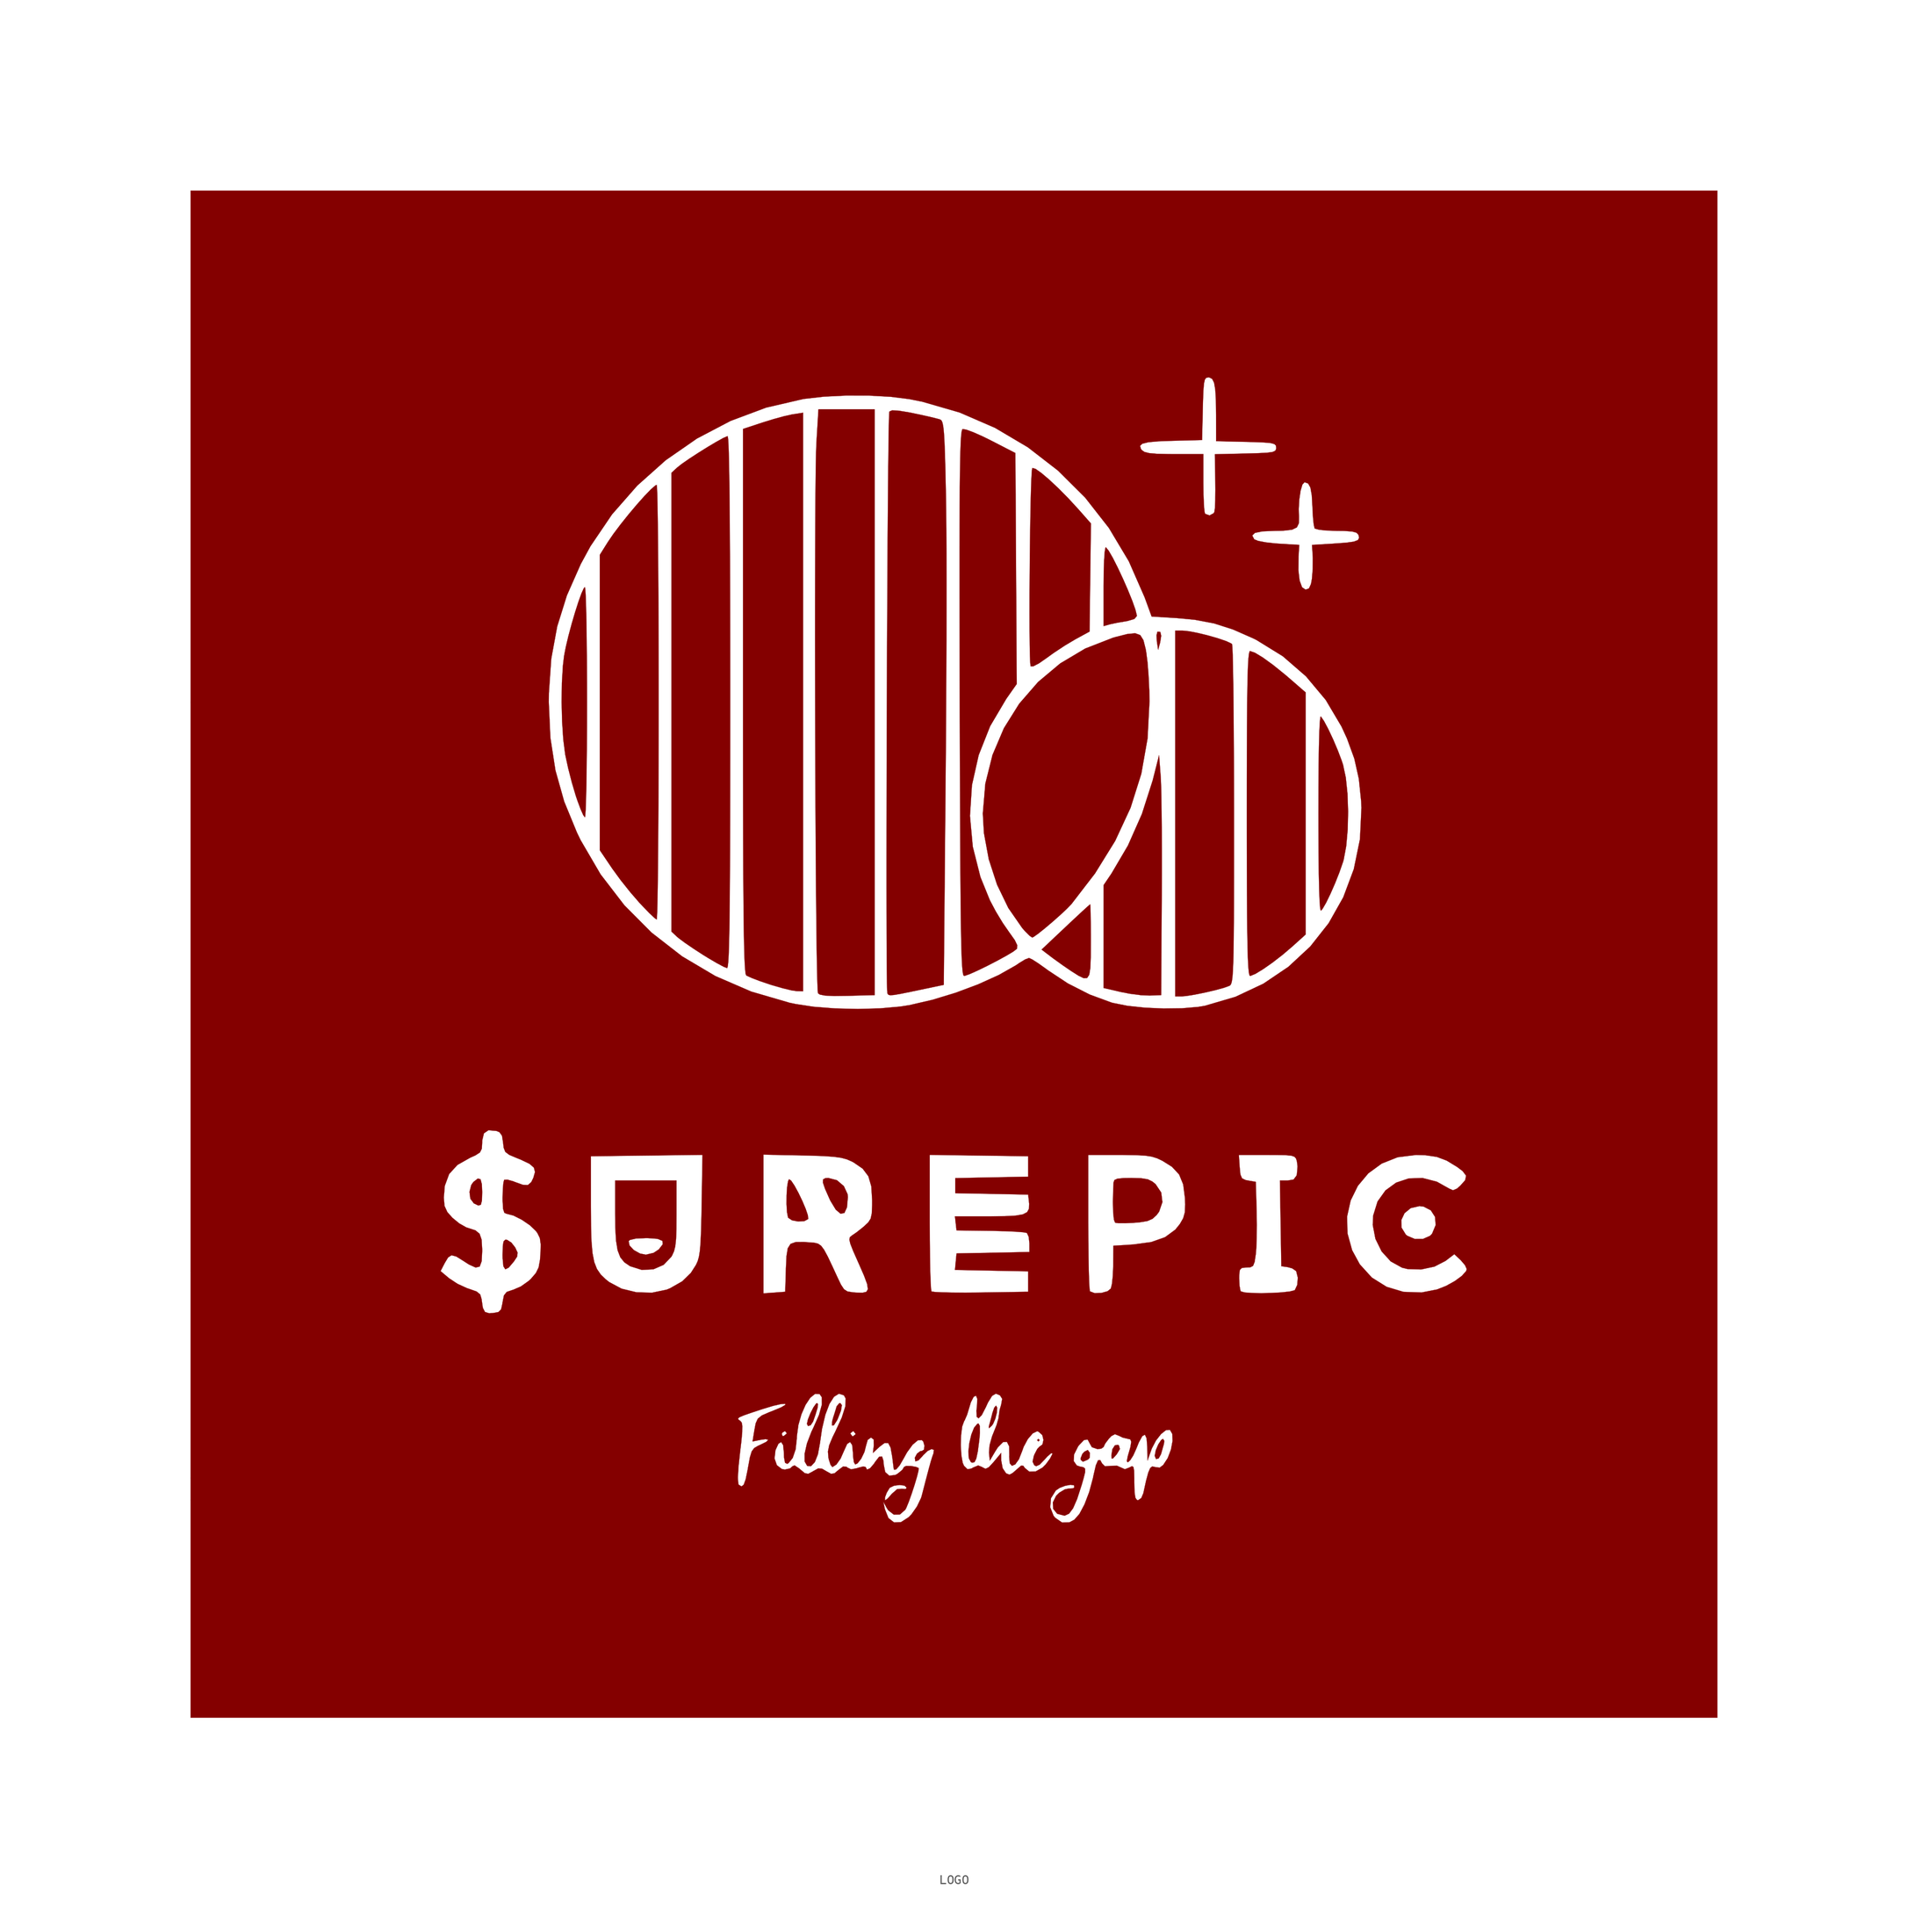
<source format=kicad_sym>
(kicad_symbol_lib
  (version 20210619)
  (generator bitmap2component)
  (symbol "LOGO"
    (pin_names
      (offset 1.016))
    (property "Reference" "#G"
      (at 0 79.888 0)
      (effects (font (size 1.27 1.27)) hide))
    (symbol "LOGO_0_0"
      (polyline (pts (xy 80.794 80.523) (xy -80.523 80.523) (xy -80.523 26.481) (xy -42.682 26.481) (xy -42.672 27.421) (xy -42.417 31.077) (xy -41.792 34.478) (xy -40.765 37.764) (xy -39.303 41.072) (xy -38.275 42.96) (xy -35.994 46.326) (xy -33.327 49.367) (xy -30.32 52.049) (xy -27.019 54.338) (xy -23.469 56.2) (xy -19.717 57.602) (xy -15.807 58.508) (xy -15.686 58.527) (xy -13.605 58.762) (xy -11.258 58.877) (xy -8.845 58.872) (xy -6.563 58.748) (xy -4.61 58.504) (xy -3.212 58.226) (xy 0.735 57.083) (xy 4.465 55.467) (xy 7.687 53.561) (xy 19.792 53.561) (xy 20.029 53.788) (xy 20.648 53.943) (xy 21.702 54.041) (xy 23.242 54.101) (xy 26.346 54.178) (xy 26.422 57.488) (xy 26.44 58.238) (xy 26.483 59.393) (xy 26.544 60.139) (xy 26.641 60.564) (xy 26.787 60.754) (xy 26.998 60.798) (xy 27.119 60.789) (xy 27.413 60.636) (xy 27.616 60.236) (xy 27.742 59.515) (xy 27.808 58.401) (xy 27.828 56.821) (xy 27.832 54.06) (xy 31.007 53.984) (xy 31.799 53.963) (xy 32.897 53.921) (xy 33.595 53.858) (xy 33.981 53.756) (xy 34.147 53.598) (xy 34.182 53.367) (xy 34.171 53.218) (xy 34.069 53.035) (xy 33.785 52.914) (xy 33.228 52.837) (xy 32.309 52.789) (xy 30.939 52.751) (xy 27.697 52.676) (xy 27.747 49.823) (xy 27.755 48.933) (xy 27.743 47.831) (xy 27.707 47.006) (xy 27.65 46.588) (xy 27.573 46.447) (xy 27.138 46.212) (xy 26.661 46.387) (xy 26.597 46.653) (xy 26.537 47.362) (xy 26.496 48.393) (xy 26.481 49.629) (xy 26.481 52.691) (xy 23.406 52.691) (xy 22.793 52.694) (xy 21.567 52.722) (xy 20.752 52.794) (xy 20.256 52.919) (xy 19.986 53.108) (xy 19.883 53.246) (xy 19.792 53.561) (xy 7.687 53.561) (xy 7.944 53.409) (xy 11.133 50.94) (xy 13.998 48.089) (xy 16.502 44.889) (xy 16.977 44.094) (xy 31.648 44.094) (xy 31.933 44.37) (xy 32.723 44.532) (xy 34.03 44.585) (xy 34.967 44.602) (xy 35.855 44.706) (xy 36.361 44.95) (xy 36.574 45.388) (xy 36.583 46.071) (xy 36.56 46.886) (xy 36.618 47.916) (xy 36.755 48.825) (xy 36.946 49.472) (xy 37.169 49.719) (xy 37.193 49.719) (xy 37.555 49.586) (xy 37.795 49.156) (xy 37.938 48.349) (xy 38.01 47.084) (xy 38.013 46.998) (xy 38.067 46.01) (xy 38.146 45.242) (xy 38.236 44.854) (xy 38.274 44.82) (xy 38.719 44.701) (xy 39.527 44.617) (xy 40.556 44.585) (xy 41.351 44.576) (xy 42.194 44.517) (xy 42.667 44.387) (xy 42.87 44.168) (xy 42.943 43.852) (xy 42.812 43.609) (xy 42.385 43.445) (xy 41.578 43.332) (xy 40.312 43.24) (xy 37.965 43.099) (xy 38.039 41.883) (xy 38.048 41.693) (xy 38.04 40.571) (xy 37.955 39.519) (xy 37.858 38.98) (xy 37.643 38.503) (xy 37.289 38.37) (xy 36.914 38.618) (xy 36.651 39.33) (xy 36.522 40.441) (xy 36.54 41.883) (xy 36.614 43.099) (xy 34.397 43.234) (xy 34.091 43.255) (xy 33.061 43.37) (xy 32.27 43.521) (xy 31.867 43.683) (xy 31.853 43.697) (xy 31.648 44.094) (xy 16.977 44.094) (xy 18.607 41.368) (xy 20.278 37.56) (xy 21.019 35.533) (xy 23.685 35.368) (xy 25.569 35.193) (xy 27.62 34.804) (xy 29.603 34.169) (xy 31.75 33.225) (xy 32.102 33.049) (xy 34.876 31.337) (xy 37.33 29.21) (xy 39.414 26.718) (xy 41.076 23.914) (xy 41.664 22.635) (xy 42.434 20.519) (xy 42.91 18.392) (xy 43.158 16.009) (xy 43.188 15.331) (xy 43.03 12.012) (xy 42.378 8.847) (xy 41.265 5.875) (xy 39.722 3.138) (xy 37.78 0.677) (xy 35.471 -1.467) (xy 32.825 -3.253) (xy 29.876 -4.64) (xy 26.652 -5.587) (xy 25.923 -5.71) (xy 24.218 -5.854) (xy 22.277 -5.878) (xy 20.289 -5.788) (xy 18.445 -5.59) (xy 16.934 -5.29) (xy 16.74 -5.235) (xy 14.471 -4.4) (xy 12.167 -3.228) (xy 10.055 -1.833) (xy 9.853 -1.681) (xy 9.039 -1.101) (xy 8.402 -0.694) (xy 8.066 -0.54) (xy 8.058 -0.541) (xy 7.647 -0.694) (xy 7.067 -1.047) (xy 6.652 -1.327) (xy 4.859 -2.339) (xy 2.703 -3.316) (xy 0.32 -4.208) (xy -2.152 -4.96) (xy -4.576 -5.52) (xy -5.57 -5.675) (xy -7.682 -5.862) (xy -10.029 -5.926) (xy -12.426 -5.869) (xy -14.684 -5.693) (xy -16.618 -5.4) (xy -17.254 -5.264) (xy -21.283 -4.09) (xy -25.076 -2.448) (xy -28.598 -0.362) (xy -31.815 2.14) (xy -34.695 5.033) (xy -37.202 8.292) (xy -39.303 11.889) (xy -39.699 12.701) (xy -41.052 15.992) (xy -41.979 19.292) (xy -42.512 22.742) (xy -42.682 26.481) (xy -80.523 26.481) (xy -80.523 -33.618) (xy -54.114 -33.618) (xy -53.666 -32.752) (xy -53.316 -32.171) (xy -52.953 -31.94) (xy -52.451 -32.074) (xy -51.669 -32.561) (xy -51.12 -32.915) (xy -50.407 -33.239) (xy -49.98 -33.137) (xy -49.773 -32.574) (xy -49.719 -31.513) (xy -49.72 -31.282) (xy -49.781 -30.284) (xy -49.993 -29.67) (xy -50.434 -29.309) (xy -51.181 -29.069) (xy -51.407 -28.993) (xy -52.146 -28.574) (xy -52.87 -27.978) (xy -53.403 -27.373) (xy -53.7 -26.722) (xy -53.772 -25.85) (xy -53.669 -24.612) (xy -53.208 -23.362) (xy -52.33 -22.398) (xy -50.979 -21.636) (xy -50.436 -21.392) (xy -49.951 -21.078) (xy -49.756 -20.68) (xy -49.719 -20.034) (xy -49.714 -19.82) (xy -49.532 -19.059) (xy -49.052 -18.735) (xy -48.226 -18.806) (xy -47.893 -18.938) (xy -47.622 -19.311) (xy -47.504 -20.055) (xy -47.447 -20.579) (xy -47.273 -21.022) (xy -46.859 -21.334) (xy -46.51 -21.482) (xy -38.235 -21.482) (xy -26.44 -21.336) (xy -26.528 -26.678) (xy -26.545 -27.652) (xy -26.585 -29.305) (xy -26.638 -30.541) (xy -26.71 -31.442) (xy -26.811 -32.091) (xy -26.948 -32.572) (xy -27.129 -32.966) (xy -27.667 -33.806) (xy -28.582 -34.698) (xy -29.859 -35.427) (xy -30.237 -35.581) (xy -31.766 -35.898) (xy -33.413 -35.856) (xy -34.987 -35.474) (xy -36.302 -34.772) (xy -36.663 -34.485) (xy -37.194 -33.971) (xy -37.592 -33.391) (xy -37.874 -32.668) (xy -38.061 -31.722) (xy -38.17 -30.473) (xy -38.222 -28.842) (xy -38.235 -26.751) (xy -38.235 -21.482) (xy -46.51 -21.482) (xy -46.071 -21.668) (xy -45.633 -21.843) (xy -44.728 -22.275) (xy -44.252 -22.683) (xy -44.135 -23.151) (xy -44.308 -23.761) (xy -44.526 -24.209) (xy -44.877 -24.521) (xy -45.411 -24.506) (xy -46.274 -24.195) (xy -46.44 -24.129) (xy -47.054 -23.954) (xy -47.388 -23.97) (xy -47.468 -24.251) (xy -47.533 -24.935) (xy -47.557 -25.85) (xy -47.554 -26.249) (xy -47.505 -27.048) (xy -47.376 -27.451) (xy -47.141 -27.562) (xy -47.12 -27.562) (xy -46.418 -27.745) (xy -45.538 -28.186) (xy -44.68 -28.77) (xy -44.044 -29.378) (xy -43.875 -29.608) (xy -43.621 -30.133) (xy -43.528 -30.804) (xy -43.558 -31.816) (xy -43.608 -32.436) (xy -43.753 -33.233) (xy -44.045 -33.826) (xy -44.565 -34.432) (xy -44.799 -34.652) (xy -45.635 -35.243) (xy -46.444 -35.591) (xy -46.502 -35.605) (xy -47.119 -35.817) (xy -47.243 -35.969) (xy -19.996 -35.969) (xy -19.996 -21.309) (xy -18.74 -21.335) (xy -2.432 -21.335) (xy -1.603 -21.347) (xy 14.321 -21.347) (xy 17.656 -21.347) (xy 30.234 -21.347) (xy 33.216 -21.347) (xy 34.179 -21.348) (xy 35.161 -21.366) (xy 35.772 -21.421) (xy 36.11 -21.534) (xy 36.276 -21.728) (xy 36.368 -22.022) (xy 36.435 -22.558) (xy 36.368 -23.373) (xy 36.32 -23.538) (xy 36.015 -23.943) (xy 35.386 -24.049) (xy 34.574 -24.049) (xy 34.636 -27.849) (xy 41.669 -27.849) (xy 42.047 -26.154) (xy 42.807 -24.61) (xy 43.913 -23.288) (xy 45.328 -22.256) (xy 47.017 -21.586) (xy 48.944 -21.347) (xy 49.948 -21.375) (xy 51.148 -21.549) (xy 52.191 -21.941) (xy 53.299 -22.615) (xy 53.877 -23.051) (xy 54.242 -23.533) (xy 54.151 -24.008) (xy 53.625 -24.601) (xy 53.273 -24.905) (xy 52.863 -25.079) (xy 52.477 -24.913) (xy 51.158 -24.174) (xy 49.651 -23.784) (xy 48.187 -23.827) (xy 46.85 -24.273) (xy 45.723 -25.094) (xy 44.889 -26.261) (xy 44.429 -27.744) (xy 44.405 -28.228) (xy 47.396 -28.228) (xy 47.739 -27.496) (xy 48.395 -26.959) (xy 49.309 -26.751) (xy 49.745 -26.798) (xy 50.516 -27.195) (xy 50.964 -27.891) (xy 51.028 -28.757) (xy 50.65 -29.663) (xy 50.432 -29.892) (xy 49.694 -30.217) (xy 48.82 -30.222) (xy 48.031 -29.888) (xy 47.864 -29.746) (xy 47.42 -29.022) (xy 47.396 -28.228) (xy 44.405 -28.228) (xy 44.381 -28.732) (xy 44.664 -30.209) (xy 45.318 -31.535) (xy 46.276 -32.59) (xy 47.473 -33.253) (xy 48.069 -33.398) (xy 49.487 -33.441) (xy 50.896 -33.143) (xy 52.066 -32.541) (xy 53.001 -31.828) (xy 53.657 -32.444) (xy 53.688 -32.474) (xy 54.13 -32.995) (xy 54.313 -33.405) (xy 54.243 -33.622) (xy 53.795 -34.122) (xy 53.045 -34.672) (xy 52.127 -35.18) (xy 51.175 -35.556) (xy 49.545 -35.875) (xy 47.628 -35.812) (xy 45.849 -35.279) (xy 44.285 -34.3) (xy 43.013 -32.902) (xy 42.201 -31.412) (xy 41.708 -29.625) (xy 41.669 -27.849) (xy 34.636 -27.849) (xy 34.648 -28.575) (xy 34.722 -33.101) (xy 35.398 -33.196) (xy 35.872 -33.327) (xy 36.272 -33.601) (xy 36.299 -33.647) (xy 36.462 -34.305) (xy 36.408 -35.062) (xy 36.154 -35.614) (xy 36.103 -35.648) (xy 35.608 -35.772) (xy 34.761 -35.865) (xy 33.711 -35.926) (xy 32.606 -35.949) (xy 31.594 -35.931) (xy 30.824 -35.869) (xy 30.444 -35.758) (xy 30.398 -35.674) (xy 30.302 -35.165) (xy 30.264 -34.407) (xy 30.267 -34.037) (xy 30.333 -33.493) (xy 30.562 -33.275) (xy 31.055 -33.236) (xy 31.436 -33.217) (xy 31.734 -33.064) (xy 31.899 -32.642) (xy 32.023 -31.817) (xy 32.073 -31.223) (xy 32.118 -30.076) (xy 32.131 -28.706) (xy 32.11 -27.294) (xy 32.02 -24.189) (xy 31.209 -24.05) (xy 30.938 -23.996) (xy 30.57 -23.815) (xy 30.396 -23.413) (xy 30.317 -22.629) (xy 30.234 -21.347) (xy 17.656 -21.347) (xy 17.997 -21.347) (xy 19.354 -21.363) (xy 20.323 -21.416) (xy 21.03 -21.522) (xy 21.601 -21.7) (xy 22.161 -21.965) (xy 23.16 -22.592) (xy 23.921 -23.406) (xy 24.352 -24.456) (xy 24.537 -25.881) (xy 24.564 -26.575) (xy 24.527 -27.409) (xy 24.352 -28.031) (xy 24.001 -28.642) (xy 23.516 -29.241) (xy 22.428 -30.038) (xy 20.974 -30.55) (xy 19.093 -30.804) (xy 16.974 -30.939) (xy 16.96 -32.966) (xy 16.959 -33.072) (xy 16.916 -34.116) (xy 16.825 -34.973) (xy 16.705 -35.465) (xy 16.361 -35.743) (xy 15.698 -35.927) (xy 14.993 -35.944) (xy 14.501 -35.758) (xy 14.456 -35.48) (xy 14.412 -34.727) (xy 14.375 -33.577) (xy 14.346 -32.1) (xy 14.328 -30.371) (xy 14.321 -28.462) (xy 14.321 -21.347) (xy -1.603 -21.347) (xy 7.971 -21.482) (xy 7.971 -23.644) (xy 4.121 -23.718) (xy 0.27 -23.794) (xy 0.27 -25.385) (xy 7.971 -25.535) (xy 8.058 -26.294) (xy 8.079 -26.508) (xy 8.06 -27.024) (xy 7.865 -27.386) (xy 7.421 -27.621) (xy 6.655 -27.756) (xy 5.495 -27.817) (xy 3.867 -27.832) (xy 0.234 -27.832) (xy 0.32 -28.575) (xy 0.405 -29.318) (xy 3.975 -29.363) (xy 4.236 -29.367) (xy 5.559 -29.401) (xy 6.671 -29.452) (xy 7.464 -29.514) (xy 7.826 -29.582) (xy 7.849 -29.599) (xy 8.031 -30.005) (xy 8.106 -30.678) (xy 8.106 -31.6) (xy 0.405 -31.75) (xy 0.321 -32.621) (xy 0.237 -33.491) (xy 4.104 -33.566) (xy 7.971 -33.641) (xy 7.971 -35.803) (xy 2.956 -35.877) (xy 1.382 -35.89) (xy -0.027 -35.884) (xy -1.16 -35.859) (xy -1.929 -35.819) (xy -2.246 -35.764) (xy -2.293 -35.483) (xy -2.338 -34.728) (xy -2.377 -33.576) (xy -2.406 -32.097) (xy -2.425 -30.367) (xy -2.432 -28.456) (xy -2.432 -21.335) (xy -18.74 -21.335) (xy -15.875 -21.395) (xy -15.092 -21.413) (xy -13.63 -21.465) (xy -12.562 -21.538) (xy -11.784 -21.648) (xy -11.194 -21.805) (xy -10.691 -22.022) (xy -10.472 -22.137) (xy -9.514 -22.795) (xy -8.913 -23.594) (xy -8.601 -24.66) (xy -8.512 -26.117) (xy -8.514 -26.669) (xy -8.55 -27.522) (xy -8.669 -28.068) (xy -8.918 -28.463) (xy -9.346 -28.867) (xy -9.483 -28.984) (xy -10.143 -29.509) (xy -10.657 -29.863) (xy -10.667 -29.869) (xy -10.863 -30.033) (xy -10.92 -30.289) (xy -10.815 -30.736) (xy -10.525 -31.474) (xy -10.026 -32.601) (xy -9.92 -32.837) (xy -9.362 -34.114) (xy -9.041 -34.986) (xy -8.96 -35.527) (xy -9.123 -35.808) (xy -9.534 -35.904) (xy -10.196 -35.886) (xy -10.545 -35.861) (xy -11.108 -35.772) (xy -11.482 -35.54) (xy -11.807 -35.048) (xy -12.22 -34.182) (xy -12.701 -33.137) (xy -13.206 -32.073) (xy -13.588 -31.367) (xy -13.908 -30.941) (xy -14.227 -30.719) (xy -14.608 -30.626) (xy -15.11 -30.584) (xy -15.737 -30.543) (xy -16.597 -30.551) (xy -17.133 -30.742) (xy -17.427 -31.205) (xy -17.563 -32.03) (xy -17.621 -33.306) (xy -17.699 -35.803) (xy -19.996 -35.969) (xy -47.243 -35.969) (xy -47.416 -36.182) (xy -47.557 -36.893) (xy -47.572 -37.007) (xy -47.712 -37.649) (xy -47.996 -37.94) (xy -48.573 -38.05) (xy -48.991 -38.069) (xy -49.419 -37.937) (xy -49.647 -37.5) (xy -49.775 -36.64) (xy -49.783 -36.566) (xy -49.927 -36.083) (xy -50.306 -35.772) (xy -51.07 -35.502) (xy -51.318 -35.421) (xy -52.333 -34.955) (xy -53.2 -34.383) (xy -54.114 -33.618) (xy -80.523 -33.618) (xy -80.523 -55.452) (xy -22.702 -55.452) (xy -22.641 -54.346) (xy -22.475 -52.795) (xy -22.332 -51.594) (xy -22.241 -50.6) (xy -22.231 -49.969) (xy -22.301 -49.611) (xy -22.451 -49.434) (xy -22.614 -49.326) (xy -22.692 -49.201) (xy -22.548 -49.062) (xy -22.108 -48.87) (xy -21.301 -48.588) (xy -20.052 -48.176) (xy -18.932 -47.84) (xy -18.126 -47.659) (xy -17.696 -47.631) (xy -17.68 -47.748) (xy -18.114 -48.004) (xy -19.038 -48.39) (xy -19.41 -48.532) (xy -20.168 -48.866) (xy -20.593 -49.206) (xy -20.815 -49.691) (xy -20.962 -50.462) (xy -21.018 -50.813) (xy -18.064 -50.813) (xy -17.99 -50.668) (xy -17.72 -50.515) (xy -17.544 -50.726) (xy -17.558 -50.802) (xy -17.848 -51.03) (xy -17.979 -51.044) (xy -18.064 -50.813) (xy -21.018 -50.813) (xy -21.146 -51.611) (xy -20.301 -51.442) (xy -19.773 -51.367) (xy -19.489 -51.43) (xy -19.69 -51.649) (xy -20.372 -51.986) (xy -20.559 -52.067) (xy -20.975 -52.31) (xy -21.239 -52.668) (xy -21.426 -53.279) (xy -21.45 -53.409) (xy -18.83 -53.409) (xy -18.727 -52.532) (xy -18.414 -51.851) (xy -18.125 -51.674) (xy -17.915 -52.004) (xy -17.834 -52.827) (xy -17.822 -53.286) (xy -17.719 -53.859) (xy -17.496 -53.976) (xy -17.347 -53.902) (xy -16.909 -53.356) (xy -16.601 -52.455) (xy -16.478 -51.34) (xy -16.469 -51.067) (xy -16.309 -49.882) (xy -15.986 -48.743) (xy -15.55 -47.749) (xy -15.052 -46.996) (xy -14.54 -46.582) (xy -14.064 -46.603) (xy -13.829 -46.949) (xy -13.824 -47.718) (xy -14.125 -48.809) (xy -14.722 -50.159) (xy -14.929 -50.59) (xy -15.403 -51.825) (xy -15.646 -52.906) (xy -15.643 -53.73) (xy -15.376 -54.194) (xy -14.972 -54.222) (xy -14.57 -53.798) (xy -14.244 -52.973) (xy -14.033 -51.818) (xy -13.812 -50.29) (xy -13.461 -48.799) (xy -13.028 -47.649) (xy -12.54 -46.888) (xy -12.021 -46.567) (xy -11.497 -46.736) (xy -11.305 -47.082) (xy -11.342 -47.898) (xy -11.723 -49.094) (xy -12.443 -50.651) (xy -12.518 -50.8) (xy -10.809 -50.8) (xy -10.801 -50.735) (xy -10.538 -50.53) (xy -10.474 -50.538) (xy -10.268 -50.8) (xy -10.276 -50.864) (xy -10.538 -51.07) (xy -10.603 -51.062) (xy -10.809 -50.8) (xy -12.518 -50.8) (xy -12.682 -51.129) (xy -13.048 -52.004) (xy -13.183 -52.679) (xy -13.13 -53.331) (xy -13.097 -53.491) (xy -12.911 -54.076) (xy -12.721 -54.313) (xy -12.698 -54.312) (xy -12.291 -54.049) (xy -11.85 -53.429) (xy -11.485 -52.603) (xy -11.151 -51.872) (xy -10.846 -51.669) (xy -10.624 -51.984) (xy -10.538 -52.804) (xy -10.527 -53.188) (xy -10.441 -53.801) (xy -10.299 -54.042) (xy -10.056 -53.925) (xy -9.67 -53.434) (xy -9.33 -52.729) (xy -9.142 -51.992) (xy -8.985 -51.45) (xy -8.647 -51.205) (xy -8.618 -51.206) (xy -8.352 -51.406) (xy -8.335 -52.016) (xy -8.429 -52.827) (xy -7.724 -52.168) (xy -7.194 -51.772) (xy -6.816 -51.782) (xy -6.564 -52.256) (xy -6.39 -53.232) (xy -6.346 -53.593) (xy -6.266 -54.232) (xy -6.229 -54.515) (xy -6.197 -54.595) (xy -5.971 -54.565) (xy -5.61 -54.145) (xy -5.186 -53.412) (xy -4.827 -52.765) (xy -4.234 -51.952) (xy -3.686 -51.493) (xy -3.26 -51.465) (xy -3.104 -51.635) (xy -3 -52.006) (xy 0.852 -52.006) (xy 0.883 -50.943) (xy 0.999 -50.037) (xy 1.201 -49.476) (xy 1.26 -49.386) (xy 1.517 -48.795) (xy 1.756 -48.01) (xy 1.916 -47.476) (xy 2.21 -46.897) (xy 2.461 -46.776) (xy 2.6 -47.119) (xy 2.557 -47.933) (xy 2.507 -48.359) (xy 2.534 -49.01) (xy 2.735 -49.167) (xy 3.069 -48.829) (xy 3.5 -47.992) (xy 3.725 -47.499) (xy 4.16 -46.796) (xy 4.566 -46.559) (xy 4.996 -46.744) (xy 5.229 -47.113) (xy 5.119 -47.731) (xy 4.96 -48.267) (xy 4.864 -48.941) (xy 4.837 -49.165) (xy 4.638 -49.87) (xy 4.308 -50.699) (xy 4.156 -51.074) (xy 3.898 -52.01) (xy 3.835 -52.779) (xy 3.918 -53.637) (xy 4.517 -52.624) (xy 4.781 -52.219) (xy 5.317 -51.681) (xy 5.728 -51.656) (xy 5.965 -52.13) (xy 5.981 -53.086) (xy 5.971 -53.203) (xy 6.024 -53.915) (xy 6.26 -54.184) (xy 6.607 -54.035) (xy 6.994 -53.496) (xy 7.349 -52.592) (xy 7.497 -52.175) (xy 7.936 -51.362) (xy 8.45 -50.763) (xy 8.925 -50.53) (xy 9.068 -50.582) (xy 9.429 -50.901) (xy 9.473 -50.963) (xy 9.592 -51.449) (xy 9.481 -51.932) (xy 9.191 -52.151) (xy 9.175 -52.153) (xy 8.93 -52.414) (xy 8.64 -52.977) (xy 8.571 -53.151) (xy 8.44 -53.744) (xy 8.615 -54.119) (xy 8.819 -54.226) (xy 9.184 -54.064) (xy 9.734 -53.496) (xy 10.002 -53.201) (xy 10.386 -52.865) (xy 10.538 -52.873) (xy 10.525 -52.95) (xy 10.285 -53.418) (xy 9.839 -54.022) (xy 9.487 -54.375) (xy 8.761 -54.785) (xy 8.094 -54.805) (xy 7.616 -54.411) (xy 7.458 -54.184) (xy 7.216 -54.175) (xy 6.792 -54.547) (xy 6.326 -54.95) (xy 5.999 -55.123) (xy 5.638 -54.98) (xy 5.275 -54.439) (xy 5.127 -53.651) (xy 5.12 -52.827) (xy 4.344 -53.761) (xy 4.32 -53.791) (xy 3.813 -54.337) (xy 3.47 -54.503) (xy 3.157 -54.354) (xy 3.111 -54.317) (xy 2.691 -54.149) (xy 2.166 -54.365) (xy 1.962 -54.481) (xy 1.559 -54.546) (xy 1.193 -54.185) (xy 1.049 -53.854) (xy 0.907 -53.039) (xy 0.852 -52.006) (xy -3 -52.006) (xy -2.982 -52.07) (xy -3.037 -52.481) (xy -3.268 -52.624) (xy -3.411 -52.63) (xy -3.77 -52.897) (xy -4.003 -53.331) (xy -3.954 -53.691) (xy -3.925 -53.712) (xy -3.613 -53.603) (xy -3.198 -53.164) (xy -3.125 -53.068) (xy -2.654 -52.616) (xy -2.233 -52.417) (xy -1.986 -52.5) (xy -2.037 -52.894) (xy -2.067 -52.967) (xy -2.185 -53.301) (xy -2.342 -53.823) (xy -2.56 -54.617) (xy -2.863 -55.766) (xy -3.274 -57.356) (xy -3.345 -57.584) (xy -3.779 -58.486) (xy -3.834 -58.565) (xy 10.299 -58.565) (xy 10.38 -57.609) (xy 10.893 -56.792) (xy 11.306 -56.515) (xy 11.89 -56.292) (xy 12.446 -56.191) (xy 12.816 -56.239) (xy 12.842 -56.463) (xy 12.748 -56.555) (xy 12.335 -56.588) (xy 12.306 -56.579) (xy 11.849 -56.673) (xy 11.263 -57.024) (xy 10.927 -57.352) (xy 10.578 -58.062) (xy 10.623 -58.739) (xy 11.033 -59.247) (xy 11.777 -59.447) (xy 11.85 -59.443) (xy 12.296 -59.237) (xy 12.718 -58.67) (xy 13.148 -57.685) (xy 13.62 -56.223) (xy 13.817 -55.546) (xy 13.988 -54.858) (xy 13.99 -54.493) (xy 13.812 -54.335) (xy 13.443 -54.264) (xy 13.111 -54.151) (xy 12.783 -53.686) (xy 12.822 -52.982) (xy 13.24 -52.151) (xy 13.34 -52.014) (xy 13.875 -51.458) (xy 14.261 -51.415) (xy 14.513 -51.881) (xy 14.704 -52.218) (xy 15.299 -52.421) (xy 15.712 -52.367) (xy 15.943 -52.192) (xy 15.943 -52.191) (xy 16.106 -51.841) (xy 16.496 -51.325) (xy 16.759 -51.045) (xy 17.143 -50.847) (xy 17.573 -51.014) (xy 17.956 -51.202) (xy 18.537 -51.34) (xy 18.766 -51.393) (xy 18.864 -51.646) (xy 18.776 -52.203) (xy 18.5 -53.164) (xy 18.493 -53.186) (xy 18.395 -53.702) (xy 18.506 -53.818) (xy 18.756 -53.593) (xy 19.077 -53.089) (xy 19.402 -52.365) (xy 19.666 -51.712) (xy 20.034 -51.042) (xy 20.31 -50.899) (xy 20.486 -51.283) (xy 20.558 -52.196) (xy 20.579 -53.637) (xy 20.973 -52.527) (xy 21.042 -52.344) (xy 21.481 -51.508) (xy 22.014 -50.827) (xy 22.538 -50.414) (xy 22.948 -50.382) (xy 23.2 -50.812) (xy 23.23 -51.563) (xy 23.059 -52.469) (xy 22.719 -53.368) (xy 22.24 -54.101) (xy 21.861 -54.385) (xy 21.346 -54.312) (xy 21.337 -54.307) (xy 21.082 -54.249) (xy 20.868 -54.422) (xy 20.662 -54.901) (xy 20.43 -55.763) (xy 20.141 -57.082) (xy 19.924 -57.593) (xy 19.585 -57.825) (xy 19.466 -57.8) (xy 19.296 -57.553) (xy 19.209 -56.963) (xy 19.185 -55.932) (xy 19.184 -55.509) (xy 19.164 -54.705) (xy 19.092 -54.31) (xy 18.937 -54.227) (xy 18.667 -54.362) (xy 18.194 -54.549) (xy 17.747 -54.352) (xy 17.368 -54.181) (xy 16.646 -54.195) (xy 16.086 -54.236) (xy 15.781 -53.936) (xy 15.583 -53.576) (xy 15.355 -53.602) (xy 15.123 -54.135) (xy 14.878 -55.191) (xy 14.813 -55.505) (xy 14.42 -56.96) (xy 13.925 -58.258) (xy 13.384 -59.273) (xy 12.852 -59.877) (xy 12.328 -60.158) (xy 11.553 -60.179) (xy 10.819 -59.666) (xy 10.656 -59.467) (xy 10.299 -58.565) (xy -3.834 -58.565) (xy -4.363 -59.315) (xy -4.644 -59.607) (xy -5.464 -60.135) (xy -6.202 -60.164) (xy -6.792 -59.705) (xy -7.167 -58.771) (xy -7.338 -57.961) (xy -6.972 -58.636) (xy -6.818 -58.878) (xy -6.228 -59.338) (xy -5.58 -59.325) (xy -5.009 -58.825) (xy -4.898 -58.614) (xy -4.637 -57.975) (xy -4.332 -57.12) (xy -4.029 -56.192) (xy -3.775 -55.337) (xy -3.616 -54.699) (xy -3.599 -54.422) (xy -3.869 -54.306) (xy -4.41 -54.205) (xy -4.912 -54.197) (xy -5.134 -54.301) (xy -5.328 -54.616) (xy -5.811 -55.014) (xy -6.063 -55.154) (xy -6.703 -55.231) (xy -7.137 -54.84) (xy -7.296 -54.025) (xy -7.311 -53.683) (xy -7.468 -53.199) (xy -7.776 -53.231) (xy -8.207 -53.787) (xy -8.322 -53.969) (xy -8.734 -54.447) (xy -9.057 -54.589) (xy -9.187 -54.336) (xy -9.19 -54.318) (xy -9.445 -54.253) (xy -9.994 -54.394) (xy -10.114 -54.438) (xy -10.733 -54.561) (xy -11.127 -54.372) (xy -11.228 -54.287) (xy -11.572 -54.253) (xy -12.067 -54.623) (xy -12.488 -54.977) (xy -12.854 -55.033) (xy -13.366 -54.749) (xy -13.794 -54.498) (xy -14.206 -54.459) (xy -14.737 -54.749) (xy -14.797 -54.788) (xy -15.263 -55.034) (xy -15.624 -54.967) (xy -16.125 -54.553) (xy -16.218 -54.469) (xy -16.713 -54.137) (xy -16.948 -54.245) (xy -17.177 -54.46) (xy -17.727 -54.583) (xy -18.041 -54.535) (xy -18.579 -54.124) (xy -18.83 -53.409) (xy -21.45 -53.409) (xy -21.613 -54.286) (xy -21.657 -54.547) (xy -21.873 -55.6) (xy -22.082 -56.185) (xy -22.315 -56.363) (xy -22.602 -56.192) (xy -22.656 -56.078) (xy -22.702 -55.452) (xy -80.523 -55.452) (xy -80.523 -57.81) (xy -7.162 -57.81) (xy -7.157 -57.522) (xy -6.972 -57.029) (xy -6.68 -56.542) (xy -6.637 -56.495) (xy -6.195 -56.285) (xy -5.604 -56.211) (xy -5.086 -56.278) (xy -4.864 -56.493) (xy -4.963 -56.632) (xy -5.377 -56.618) (xy -5.857 -56.642) (xy -6.429 -57.14) (xy -6.456 -57.174) (xy -6.867 -57.635) (xy -7.123 -57.825) (xy -7.162 -57.81) (xy -80.523 -57.81) (xy -80.523 -80.794) (xy 80.794 -80.794) (xy 80.794 80.523)) (stroke (width 0.01)) (fill (type outline)))
      (polyline (pts (xy -15.01 -49.896) (xy -14.756 -49.516) (xy -14.517 -48.834) (xy -14.285 -48.07) (xy -14.232 -47.672) (xy -14.341 -47.557) (xy -14.435 -47.613) (xy -14.717 -48.012) (xy -15.034 -48.632) (xy -15.294 -49.277) (xy -15.402 -49.752) (xy -15.288 -49.983) (xy -15.01 -49.896)) (stroke (width 0.01)) (fill (type outline)))
      (polyline (pts (xy -12.557 -49.902) (xy -12.222 -49.381) (xy -12.141 -49.211) (xy -11.808 -48.357) (xy -11.715 -47.774) (xy -11.88 -47.557) (xy -11.992 -47.58) (xy -12.262 -47.895) (xy -12.266 -47.911) (xy -12.413 -48.41) (xy -12.636 -49.111) (xy -12.742 -49.502) (xy -12.751 -49.929) (xy -12.557 -49.902)) (stroke (width 0.01)) (fill (type outline)))
      (polyline (pts (xy 14.293 -53.525) (xy 14.467 -53.339) (xy 14.492 -52.823) (xy 14.488 -52.812) (xy 14.268 -52.515) (xy 13.913 -52.694) (xy 13.701 -52.926) (xy 13.511 -53.4) (xy 13.524 -53.552) (xy 13.755 -53.754) (xy 14.293 -53.525)) (stroke (width 0.01)) (fill (type outline)))
      (polyline (pts (xy 16.94 -53.404) (xy 17.313 -52.986) (xy 17.337 -52.957) (xy 17.665 -52.408) (xy 17.563 -52.042) (xy 17.479 -51.976) (xy 17.142 -52.013) (xy 16.873 -52.428) (xy 16.766 -53.097) (xy 16.793 -53.417) (xy 16.94 -53.404)) (stroke (width 0.01)) (fill (type outline)))
      (polyline (pts (xy 21.761 -53.402) (xy 22.004 -52.962) (xy 22.099 -52.627) (xy 22.311 -51.881) (xy 22.353 -51.554) (xy 22.219 -51.34) (xy 22.032 -51.455) (xy 21.722 -51.919) (xy 21.458 -52.542) (xy 21.347 -53.109) (xy 21.347 -53.142) (xy 21.487 -53.474) (xy 21.761 -53.402)) (stroke (width 0.01)) (fill (type outline)))
      (polyline (pts (xy 2.293 -53.807) (xy 2.487 -53.432) (xy 2.652 -52.655) (xy 2.812 -51.408) (xy 2.872 -50.715) (xy 2.863 -49.975) (xy 2.725 -49.719) (xy 2.594 -49.755) (xy 2.258 -50.159) (xy 1.969 -50.884) (xy 1.759 -51.769) (xy 1.66 -52.655) (xy 1.702 -53.382) (xy 1.919 -53.789) (xy 2.041 -53.85) (xy 2.293 -53.807)) (stroke (width 0.01)) (fill (type outline)))
      (polyline (pts (xy 9.187 -51.475) (xy 9.052 -51.34) (xy 8.917 -51.475) (xy 9.052 -51.611) (xy 9.187 -51.475)) (stroke (width 0.01)) (fill (type outline)))
      (polyline (pts (xy 4.113 -49.968) (xy 4.261 -49.767) (xy 4.501 -49.209) (xy 4.661 -48.57) (xy 4.7 -48.045) (xy 4.576 -47.828) (xy 4.393 -48.034) (xy 4.205 -48.571) (xy 4.054 -49.169) (xy 3.87 -49.842) (xy 3.82 -50.017) (xy 3.825 -50.214) (xy 4.113 -49.968)) (stroke (width 0.01)) (fill (type outline)))
      (polyline (pts (xy -46.911 -33.245) (xy -46.364 -32.599) (xy -46.032 -32.098) (xy -45.974 -31.675) (xy -46.221 -31.131) (xy -46.638 -30.599) (xy -47.094 -30.313) (xy -47.277 -30.306) (xy -47.455 -30.478) (xy -47.537 -30.969) (xy -47.557 -31.888) (xy -47.553 -32.291) (xy -47.473 -33.111) (xy -47.27 -33.422) (xy -46.911 -33.245)) (stroke (width 0.01)) (fill (type outline)))
      (polyline (pts (xy -49.863 -26.615) (xy -49.745 -26.169) (xy -49.719 -25.265) (xy -49.752 -24.439) (xy -49.895 -23.908) (xy -50.182 -23.842) (xy -50.646 -24.203) (xy -50.871 -24.523) (xy -51.056 -25.249) (xy -50.963 -25.972) (xy -50.597 -26.459) (xy -50.131 -26.683) (xy -49.863 -26.615)) (stroke (width 0.01)) (fill (type outline)))
      (polyline (pts (xy -31.626 -33.425) (xy -30.539 -32.95) (xy -29.725 -32.094) (xy -29.655 -31.976) (xy -29.45 -31.531) (xy -29.314 -30.983) (xy -29.233 -30.223) (xy -29.194 -29.142) (xy -29.184 -27.629) (xy -29.183 -24.049) (xy -35.668 -24.049) (xy -35.668 -27.575) (xy -35.653 -28.973) (xy -35.573 -30.391) (xy -35.564 -30.45) (xy -34.244 -30.45) (xy -34.104 -30.323) (xy -33.48 -30.179) (xy -32.426 -30.129) (xy -32.187 -30.131) (xy -31.178 -30.209) (xy -30.671 -30.421) (xy -30.638 -30.786) (xy -31.058 -31.328) (xy -31.602 -31.688) (xy -32.426 -31.885) (xy -33.041 -31.76) (xy -33.694 -31.395) (xy -34.149 -30.916) (xy -34.244 -30.45) (xy -35.564 -30.45) (xy -35.404 -31.424) (xy -35.12 -32.159) (xy -34.697 -32.683) (xy -34.111 -33.083) (xy -34.065 -33.108) (xy -32.848 -33.488) (xy -31.626 -33.425)) (stroke (width 0.01)) (fill (type outline)))
      (polyline (pts (xy -15.679 -28.336) (xy -15.277 -28.117) (xy -15.269 -28.103) (xy -15.308 -27.717) (xy -15.536 -27.039) (xy -15.891 -26.201) (xy -16.307 -25.337) (xy -16.722 -24.579) (xy -17.072 -24.06) (xy -17.292 -23.913) (xy -17.396 -24.122) (xy -17.497 -24.749) (xy -17.553 -25.615) (xy -17.559 -26.551) (xy -17.509 -27.385) (xy -17.4 -27.945) (xy -17.38 -27.986) (xy -16.979 -28.25) (xy -16.329 -28.374) (xy -15.679 -28.336)) (stroke (width 0.01)) (fill (type outline)))
      (polyline (pts (xy -11.445 -27.474) (xy -11.176 -26.889) (xy -11.079 -25.803) (xy -11.109 -25.487) (xy -11.503 -24.638) (xy -12.232 -24.018) (xy -13.142 -23.779) (xy -13.454 -23.797) (xy -13.697 -23.929) (xy -13.712 -24.269) (xy -13.495 -24.909) (xy -13.04 -25.94) (xy -12.92 -26.194) (xy -12.353 -27.129) (xy -11.849 -27.555) (xy -11.445 -27.474)) (stroke (width 0.01)) (fill (type outline)))
      (polyline (pts (xy 19.185 -28.511) (xy 19.713 -28.467) (xy 20.555 -28.332) (xy 21.11 -28.093) (xy 21.549 -27.689) (xy 21.81 -27.334) (xy 22.153 -26.331) (xy 22.029 -25.317) (xy 21.442 -24.441) (xy 21.111 -24.166) (xy 20.612 -23.921) (xy 19.925 -23.807) (xy 18.875 -23.779) (xy 18.053 -23.79) (xy 17.402 -23.854) (xy 17.087 -23.998) (xy 16.995 -24.252) (xy 16.96 -24.951) (xy 16.929 -26.303) (xy 16.954 -27.412) (xy 17.032 -28.177) (xy 17.159 -28.503) (xy 17.503 -28.551) (xy 18.239 -28.555) (xy 19.185 -28.511)) (stroke (width 0.01)) (fill (type outline)))
      (polyline (pts (xy -11.125 -4.535) (xy -8.242 -4.458) (xy -8.242 57.42) (xy -14.186 57.42) (xy -14.399 53.907) (xy -14.405 53.794) (xy -14.437 52.896) (xy -14.464 51.551) (xy -14.487 49.801) (xy -14.506 47.691) (xy -14.521 45.262) (xy -14.532 42.558) (xy -14.54 39.621) (xy -14.544 36.495) (xy -14.545 33.222) (xy -14.542 29.845) (xy -14.536 26.408) (xy -14.528 22.953) (xy -14.516 19.523) (xy -14.502 16.161) (xy -14.485 12.91) (xy -14.465 9.814) (xy -14.443 6.914) (xy -14.419 4.254) (xy -14.392 1.877) (xy -14.364 -0.175) (xy -14.333 -1.858) (xy -14.301 -3.129) (xy -14.267 -3.946) (xy -14.232 -4.265) (xy -14.034 -4.402) (xy -13.486 -4.51) (xy -12.54 -4.552) (xy -11.125 -4.535)) (stroke (width 0.01)) (fill (type outline)))
      (polyline (pts (xy -6.175 -4.44) (xy -5.497 -4.324) (xy -4.457 -4.114) (xy -2.972 -3.803) (xy -0.946 -3.376) (xy -0.751 18.51) (xy -0.75 18.617) (xy -0.72 22.25) (xy -0.697 25.899) (xy -0.679 29.504) (xy -0.666 33.003) (xy -0.66 36.333) (xy -0.659 39.432) (xy -0.664 42.239) (xy -0.675 44.691) (xy -0.693 46.727) (xy -0.716 48.284) (xy -0.724 48.658) (xy -0.772 50.879) (xy -0.82 52.625) (xy -0.871 53.953) (xy -0.928 54.922) (xy -0.998 55.588) (xy -1.082 56.008) (xy -1.187 56.241) (xy -1.316 56.342) (xy -1.443 56.383) (xy -2.067 56.545) (xy -3.011 56.762) (xy -4.126 57) (xy -4.731 57.12) (xy -5.783 57.287) (xy -6.414 57.307) (xy -6.693 57.184) (xy -6.714 56.957) (xy -6.739 56.226) (xy -6.763 55.032) (xy -6.787 53.416) (xy -6.811 51.421) (xy -6.833 49.088) (xy -6.855 46.459) (xy -6.876 43.576) (xy -6.895 40.48) (xy -6.913 37.214) (xy -6.93 33.818) (xy -6.945 30.335) (xy -6.958 26.806) (xy -6.97 23.273) (xy -6.979 19.777) (xy -6.986 16.361) (xy -6.991 13.067) (xy -6.993 9.935) (xy -6.993 7.008) (xy -6.99 4.327) (xy -6.984 1.935) (xy -6.975 -0.128) (xy -6.963 -1.819) (xy -6.947 -3.098) (xy -6.928 -3.921) (xy -6.905 -4.247) (xy -6.872 -4.327) (xy -6.779 -4.432) (xy -6.574 -4.473) (xy -6.175 -4.44)) (stroke (width 0.01)) (fill (type outline)))
      (polyline (pts (xy 22.022 -4.458) (xy 22.083 5.945) (xy 22.084 6.025) (xy 22.093 8.45) (xy 22.093 10.794) (xy 22.084 12.98) (xy 22.066 14.932) (xy 22.042 16.573) (xy 22.011 17.826) (xy 21.973 18.615) (xy 21.802 20.882) (xy 21.194 18.48) (xy 21.12 18.194) (xy 19.99 14.674) (xy 18.518 11.351) (xy 16.769 8.377) (xy 15.945 7.161) (xy 15.944 1.726) (xy 15.943 -3.708) (xy 17.766 -4.13) (xy 18.724 -4.316) (xy 19.886 -4.466) (xy 20.806 -4.506) (xy 22.022 -4.458)) (stroke (width 0.01)) (fill (type outline)))
      (polyline (pts (xy 24.645 -4.558) (xy 25.558 -4.412) (xy 26.655 -4.191) (xy 27.755 -3.934) (xy 28.68 -3.68) (xy 29.25 -3.471) (xy 29.263 -3.464) (xy 29.355 -3.383) (xy 29.434 -3.226) (xy 29.502 -2.956) (xy 29.557 -2.533) (xy 29.603 -1.919) (xy 29.639 -1.075) (xy 29.667 0.038) (xy 29.688 1.458) (xy 29.703 3.225) (xy 29.712 5.377) (xy 29.717 7.954) (xy 29.719 10.993) (xy 29.719 14.534) (xy 29.718 15.771) (xy 29.712 18.768) (xy 29.701 21.59) (xy 29.685 24.191) (xy 29.664 26.526) (xy 29.64 28.549) (xy 29.612 30.214) (xy 29.581 31.476) (xy 29.548 32.289) (xy 29.513 32.608) (xy 29.418 32.691) (xy 28.882 32.94) (xy 28.023 33.232) (xy 26.988 33.529) (xy 25.92 33.79) (xy 24.965 33.976) (xy 24.268 34.047) (xy 23.509 34.047) (xy 23.509 -4.594) (xy 24.198 -4.594) (xy 24.645 -4.558)) (stroke (width 0.01)) (fill (type outline)))
      (polyline (pts (xy -15.807 57.062) (xy -16.888 56.896) (xy -16.969 56.883) (xy -17.809 56.696) (xy -18.912 56.395) (xy -20.063 56.04) (xy -22.157 55.349) (xy -22.157 26.627) (xy -22.157 23.977) (xy -22.154 19.509) (xy -22.149 15.541) (xy -22.141 12.049) (xy -22.129 9.007) (xy -22.113 6.389) (xy -22.094 4.168) (xy -22.07 2.321) (xy -22.041 0.821) (xy -22.008 -0.358) (xy -21.969 -1.241) (xy -21.925 -1.853) (xy -21.876 -2.221) (xy -21.82 -2.37) (xy -21.746 -2.418) (xy -21.216 -2.66) (xy -20.359 -2.985) (xy -19.32 -3.336) (xy -19.035 -3.426) (xy -17.96 -3.734) (xy -17.052 -3.954) (xy -16.483 -4.04) (xy -15.807 -4.053) (xy -15.807 57.062)) (stroke (width 0.01)) (fill (type outline)))
      (polyline (pts (xy 14.199 -2.655) (xy 14.424 -2.312) (xy 14.54 -1.588) (xy 14.585 -0.43) (xy 14.591 1.216) (xy 14.591 1.824) (xy 14.583 3.13) (xy 14.568 4.179) (xy 14.548 4.878) (xy 14.524 5.132) (xy 14.514 5.127) (xy 14.247 4.896) (xy 13.675 4.376) (xy 12.876 3.633) (xy 11.923 2.739) (xy 9.39 0.349) (xy 10.387 -0.411) (xy 10.634 -0.597) (xy 11.582 -1.279) (xy 12.514 -1.916) (xy 12.529 -1.925) (xy 13.287 -2.408) (xy 13.832 -2.669) (xy 14.199 -2.655)) (stroke (width 0.01)) (fill (type outline)))
      (polyline (pts (xy 1.288 -2.42) (xy 1.826 -2.227) (xy 2.663 -1.852) (xy 3.668 -1.363) (xy 4.711 -0.824) (xy 5.661 -0.304) (xy 6.389 0.131) (xy 6.762 0.414) (xy 6.79 0.451) (xy 6.823 0.795) (xy 6.556 1.351) (xy 5.949 2.206) (xy 5.291 3.157) (xy 4.549 4.384) (xy 3.921 5.572) (xy 2.927 8.016) (xy 2.118 11.222) (xy 1.82 14.473) (xy 2.03 17.715) (xy 2.743 20.893) (xy 3.954 23.951) (xy 5.659 26.835) (xy 6.761 28.404) (xy 6.62 52.804) (xy 4.019 54.141) (xy 3.151 54.569) (xy 2.167 55.005) (xy 1.427 55.276) (xy 1.047 55.335) (xy 1 55.278) (xy 0.946 55.075) (xy 0.898 54.697) (xy 0.857 54.119) (xy 0.822 53.311) (xy 0.793 52.245) (xy 0.769 50.892) (xy 0.75 49.225) (xy 0.737 47.216) (xy 0.729 44.835) (xy 0.724 42.056) (xy 0.724 38.849) (xy 0.728 35.186) (xy 0.735 31.039) (xy 0.746 26.38) (xy 0.748 25.533) (xy 0.76 20.991) (xy 0.772 16.957) (xy 0.786 13.4) (xy 0.801 10.293) (xy 0.819 7.606) (xy 0.839 5.312) (xy 0.861 3.381) (xy 0.887 1.784) (xy 0.917 0.493) (xy 0.951 -0.52) (xy 0.99 -1.285) (xy 1.034 -1.83) (xy 1.084 -2.183) (xy 1.14 -2.374) (xy 1.202 -2.432) (xy 1.288 -2.42)) (stroke (width 0.01)) (fill (type outline)))
      (polyline (pts (xy 31.477 -2.425) (xy 32.01 -2.199) (xy 32.822 -1.703) (xy 33.807 -1.012) (xy 34.859 -0.198) (xy 35.871 0.664) (xy 37.289 1.942) (xy 37.289 27.516) (xy 35.6 28.983) (xy 35.087 29.421) (xy 33.844 30.423) (xy 32.768 31.201) (xy 31.935 31.706) (xy 31.417 31.885) (xy 31.37 31.846) (xy 31.305 31.613) (xy 31.249 31.14) (xy 31.203 30.395) (xy 31.165 29.343) (xy 31.134 27.951) (xy 31.111 26.187) (xy 31.094 24.015) (xy 31.083 21.404) (xy 31.076 18.319) (xy 31.074 14.727) (xy 31.075 12.492) (xy 31.08 9.207) (xy 31.089 6.41) (xy 31.104 4.066) (xy 31.125 2.142) (xy 31.152 0.606) (xy 31.188 -0.577) (xy 31.231 -1.438) (xy 31.283 -2.012) (xy 31.344 -2.333) (xy 31.416 -2.432) (xy 31.477 -2.425)) (stroke (width 0.01)) (fill (type outline)))
      (polyline (pts (xy -23.815 -1.578) (xy -23.762 -1.367) (xy -23.715 -0.927) (xy -23.674 -0.232) (xy -23.639 0.746) (xy -23.608 2.03) (xy -23.582 3.648) (xy -23.561 5.625) (xy -23.544 7.987) (xy -23.53 10.761) (xy -23.52 13.971) (xy -23.514 17.643) (xy -23.51 21.805) (xy -23.509 26.481) (xy -23.509 28.377) (xy -23.513 33.387) (xy -23.523 37.86) (xy -23.537 41.799) (xy -23.557 45.204) (xy -23.581 48.08) (xy -23.611 50.427) (xy -23.647 52.249) (xy -23.687 53.547) (xy -23.733 54.324) (xy -23.784 54.583) (xy -23.817 54.579) (xy -24.242 54.394) (xy -24.974 53.99) (xy -25.896 53.442) (xy -26.89 52.822) (xy -27.836 52.205) (xy -28.618 51.663) (xy -29.116 51.27) (xy -29.723 50.706) (xy -29.723 2.256) (xy -29.116 1.692) (xy -28.943 1.546) (xy -28.286 1.059) (xy -27.373 0.434) (xy -26.346 -0.231) (xy -25.821 -0.554) (xy -24.909 -1.089) (xy -24.211 -1.461) (xy -23.846 -1.605) (xy -23.815 -1.578)) (stroke (width 0.01)) (fill (type outline)))
      (polyline (pts (xy 8.559 1.694) (xy 9.059 2.052) (xy 9.772 2.624) (xy 10.588 3.316) (xy 11.398 4.035) (xy 12.092 4.686) (xy 12.559 5.175) (xy 15.034 8.39) (xy 17.167 11.831) (xy 18.792 15.328) (xy 19.927 18.922) (xy 20.587 22.658) (xy 20.79 26.578) (xy 20.767 27.747) (xy 20.693 29.286) (xy 20.582 30.688) (xy 20.447 31.75) (xy 20.38 32.124) (xy 20.149 33.037) (xy 19.816 33.568) (xy 19.279 33.766) (xy 18.436 33.681) (xy 17.185 33.364) (xy 16.901 33.282) (xy 13.996 32.149) (xy 11.357 30.579) (xy 9.022 28.62) (xy 7.026 26.323) (xy 5.407 23.736) (xy 4.203 20.908) (xy 3.449 17.888) (xy 3.182 14.725) (xy 3.299 12.662) (xy 3.81 9.891) (xy 4.684 7.206) (xy 5.876 4.742) (xy 7.338 2.635) (xy 7.634 2.296) (xy 8.118 1.812) (xy 8.402 1.621) (xy 8.559 1.694)) (stroke (width 0.01)) (fill (type outline)))
      (polyline (pts (xy -31.255 3.657) (xy -31.226 4.28) (xy -31.198 5.377) (xy -31.172 6.907) (xy -31.148 8.833) (xy -31.127 11.114) (xy -31.109 13.711) (xy -31.094 16.586) (xy -31.084 19.699) (xy -31.077 23.01) (xy -31.075 26.481) (xy -31.076 28.969) (xy -31.081 32.33) (xy -31.091 35.504) (xy -31.104 38.451) (xy -31.121 41.133) (xy -31.142 43.509) (xy -31.165 45.541) (xy -31.19 47.19) (xy -31.217 48.415) (xy -31.247 49.179) (xy -31.277 49.441) (xy -31.425 49.372) (xy -31.9 48.96) (xy -32.581 48.253) (xy -33.394 47.34) (xy -34.262 46.308) (xy -35.111 45.246) (xy -35.866 44.242) (xy -36.45 43.384) (xy -37.289 42.047) (xy -37.289 10.849) (xy -36.006 8.951) (xy -35.954 8.875) (xy -35.09 7.691) (xy -34.068 6.409) (xy -33.101 5.293) (xy -32.767 4.936) (xy -32.068 4.215) (xy -31.539 3.714) (xy -31.277 3.523) (xy -31.255 3.657)) (stroke (width 0.01)) (fill (type outline)))
      (polyline (pts (xy 39.08 4.656) (xy 39.451 5.294) (xy 39.907 6.23) (xy 40.395 7.341) (xy 40.856 8.503) (xy 41.236 9.593) (xy 41.312 9.858) (xy 41.576 11.283) (xy 41.731 13.029) (xy 41.775 14.929) (xy 41.709 16.813) (xy 41.533 18.513) (xy 41.246 19.861) (xy 41.098 20.311) (xy 40.685 21.401) (xy 40.193 22.557) (xy 39.686 23.635) (xy 39.231 24.49) (xy 38.893 24.981) (xy 38.847 24.904) (xy 38.786 24.354) (xy 38.736 23.31) (xy 38.695 21.802) (xy 38.665 19.856) (xy 38.647 17.501) (xy 38.64 14.765) (xy 38.642 13.2) (xy 38.656 10.568) (xy 38.682 8.38) (xy 38.72 6.656) (xy 38.77 5.413) (xy 38.83 4.673) (xy 38.902 4.453) (xy 39.08 4.656)) (stroke (width 0.01)) (fill (type outline)))
      (polyline (pts (xy -38.826 14.487) (xy -38.783 15.139) (xy -38.744 16.235) (xy -38.709 17.72) (xy -38.681 19.542) (xy -38.659 21.645) (xy -38.645 23.976) (xy -38.641 26.481) (xy -38.644 28.483) (xy -38.656 30.854) (xy -38.676 33.009) (xy -38.703 34.892) (xy -38.737 36.451) (xy -38.776 37.632) (xy -38.819 38.379) (xy -38.865 38.641) (xy -38.977 38.524) (xy -39.225 37.983) (xy -39.544 37.099) (xy -39.902 35.982) (xy -40.267 34.739) (xy -40.604 33.48) (xy -40.882 32.312) (xy -41.067 31.345) (xy -41.188 30.312) (xy -41.294 28.504) (xy -41.321 26.481) (xy -41.27 24.43) (xy -41.146 22.54) (xy -40.948 20.998) (xy -40.926 20.874) (xy -40.632 19.517) (xy -40.24 17.992) (xy -39.829 16.607) (xy -39.667 16.124) (xy -39.324 15.2) (xy -39.04 14.56) (xy -38.863 14.321) (xy -38.826 14.487)) (stroke (width 0.01)) (fill (type outline)))
      (polyline (pts (xy 8.51 30.276) (xy 9.102 30.581) (xy 9.915 31.144) (xy 10.694 31.705) (xy 11.874 32.483) (xy 12.94 33.117) (xy 14.456 33.944) (xy 14.602 45.366) (xy 13.339 46.799) (xy 13.296 46.847) (xy 12.234 48.004) (xy 11.176 49.074) (xy 10.194 49.996) (xy 9.358 50.704) (xy 8.741 51.135) (xy 8.411 51.227) (xy 8.363 50.94) (xy 8.317 50.184) (xy 8.275 49.031) (xy 8.236 47.552) (xy 8.202 45.819) (xy 8.173 43.903) (xy 8.149 41.877) (xy 8.132 39.811) (xy 8.121 37.778) (xy 8.118 35.849) (xy 8.123 34.096) (xy 8.136 32.591) (xy 8.159 31.404) (xy 8.192 30.608) (xy 8.235 30.275) (xy 8.51 30.276)) (stroke (width 0.01)) (fill (type outline)))
      (polyline (pts (xy 21.92 32.808) (xy 22.027 33.498) (xy 21.928 33.916) (xy 21.643 33.928) (xy 21.628 33.916) (xy 21.535 33.55) (xy 21.571 32.91) (xy 21.706 32.02) (xy 21.92 32.808)) (stroke (width 0.01)) (fill (type outline)))
      (polyline (pts (xy 16.55 34.694) (xy 16.683 34.729) (xy 17.428 34.885) (xy 18.307 35.033) (xy 18.44 35.054) (xy 19.195 35.276) (xy 19.455 35.591) (xy 19.451 35.661) (xy 19.3 36.273) (xy 18.969 37.203) (xy 18.512 38.331) (xy 17.982 39.54) (xy 17.431 40.714) (xy 16.913 41.735) (xy 16.479 42.484) (xy 16.185 42.846) (xy 16.139 42.807) (xy 16.06 42.36) (xy 15.998 41.487) (xy 15.957 40.262) (xy 15.943 38.76) (xy 15.943 34.524) (xy 16.55 34.694)) (stroke (width 0.01)) (fill (type outline))))))
</source>
